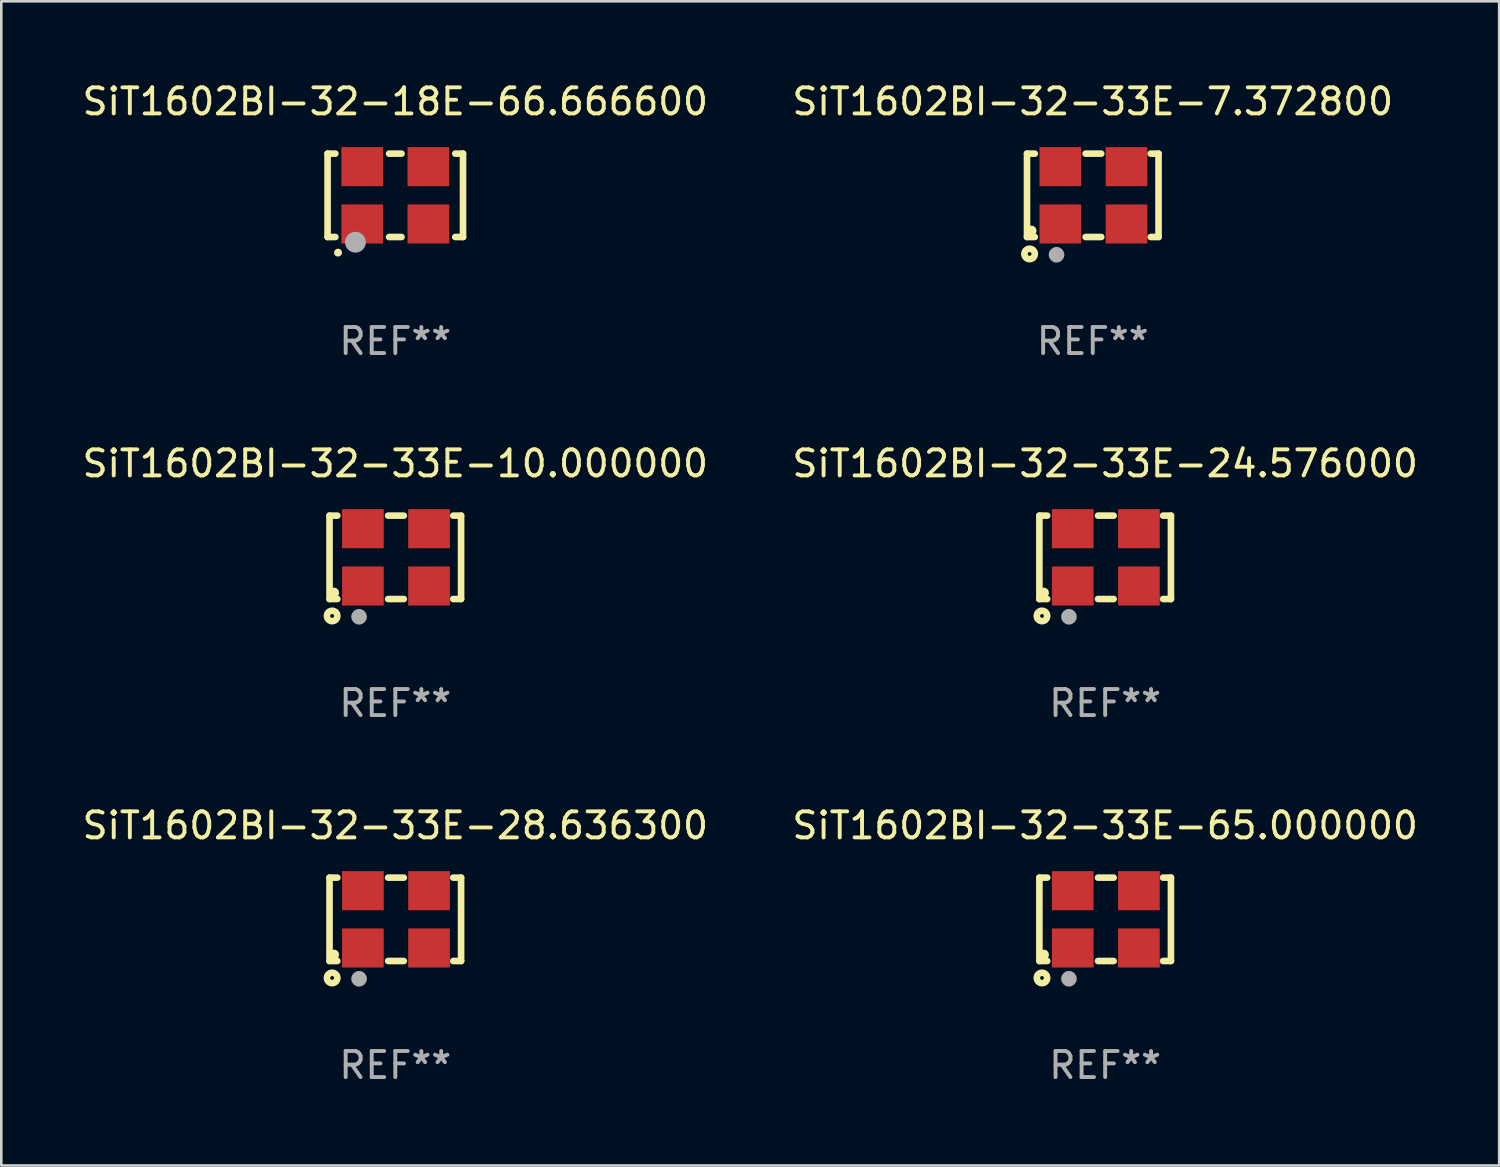
<source format=kicad_pcb>
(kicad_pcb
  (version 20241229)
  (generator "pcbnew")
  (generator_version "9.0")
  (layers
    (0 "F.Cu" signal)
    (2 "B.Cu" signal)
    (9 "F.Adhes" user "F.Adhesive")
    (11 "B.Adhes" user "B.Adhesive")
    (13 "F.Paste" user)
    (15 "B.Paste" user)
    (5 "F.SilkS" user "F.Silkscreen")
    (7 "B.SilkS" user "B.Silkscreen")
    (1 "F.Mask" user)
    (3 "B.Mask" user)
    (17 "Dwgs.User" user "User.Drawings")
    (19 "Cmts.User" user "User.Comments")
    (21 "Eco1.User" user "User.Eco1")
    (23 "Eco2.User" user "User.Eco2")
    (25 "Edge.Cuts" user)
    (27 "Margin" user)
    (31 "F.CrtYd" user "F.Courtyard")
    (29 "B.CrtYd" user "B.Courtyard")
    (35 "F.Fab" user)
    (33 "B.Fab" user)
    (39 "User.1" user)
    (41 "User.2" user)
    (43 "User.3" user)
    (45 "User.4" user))
  (footprint "SiT1602BI-32-33E-65.000000"
    (layer "F.Cu")
    (at 39.375 32.241)
    (property "Reference" "SiT1602BI-32-33E-65.000000" (at 0 -3.6 0) (layer "F.SilkS") (effects (font (size 1 1) (thickness 0.15))))
    (attr through_hole)
    (fp_line (start -2.525 -1.6) (end -2.225 -1.6) (stroke (width 0.254) (type solid)) (layer "F.SilkS"))
    (fp_line (start -2.525 1.6) (end -2.525 -1.6) (stroke (width 0.254) (type solid)) (layer "F.SilkS"))
    (fp_line (start -2.225 1.6) (end -2.525 1.6) (stroke (width 0.254) (type solid)) (layer "F.SilkS"))
    (fp_line (start -0.275 -1.6) (end 0.325 -1.6) (stroke (width 0.254) (type solid)) (layer "F.SilkS"))
    (fp_line (start -0.275 1.6) (end 0.325 1.6) (stroke (width 0.254) (type solid)) (layer "F.SilkS"))
    (fp_line (start 2.225 -1.6) (end 2.525 -1.6) (stroke (width 0.254) (type solid)) (layer "F.SilkS"))
    (fp_line (start 2.525 -1.6) (end 2.525 1.6) (stroke (width 0.254) (type solid)) (layer "F.SilkS"))
    (fp_line (start 2.525 1.6) (end 2.225 1.6) (stroke (width 0.254) (type solid)) (layer "F.SilkS"))
    (fp_circle (center -2.425 2.25) (end -2.225 2.25) (stroke (width 0.254) (type solid)) (fill no) (layer "F.SilkS"))
    (fp_circle (center -2.357 1.362) (end -2.257 1.362) (stroke (width 0.2) (type solid)) (fill no) (layer "F.SilkS"))
    (fp_circle (center -1.391 2.282) (end -1.241 2.282) (stroke (width 0.3) (type solid)) (fill no) (layer "F.Fab"))
    (fp_text user "REF**" (at 0 5.6 0) (layer "F.Fab") (effects (font (size 1 1) (thickness 0.15))))
    (pad "1" smd rect (at -1.245 1.1) (size 1.6 1.5) (layers "F.Cu" "F.Mask" "F.Paste"))
    (pad "2" smd rect (at 1.295 1.1) (size 1.6 1.5) (layers "F.Cu" "F.Mask" "F.Paste"))
    (pad "3" smd rect (at 1.295 -1.1 180) (size 1.6 1.5) (layers "F.Cu" "F.Mask" "F.Paste"))
    (pad "4" smd rect (at -1.245 -1.1) (size 1.6 1.5) (layers "F.Cu" "F.Mask" "F.Paste")))
  (footprint "SiT1602BI-32-33E-7.372800"
    (layer "F.Cu")
    (at 38.899 4.448)
    (property "Reference" "SiT1602BI-32-33E-7.372800" (at 0 -3.6 0) (layer "F.SilkS") (effects (font (size 1 1) (thickness 0.15))))
    (attr through_hole)
    (fp_line (start -2.525 -1.6) (end -2.225 -1.6) (stroke (width 0.254) (type solid)) (layer "F.SilkS"))
    (fp_line (start -2.525 1.6) (end -2.525 -1.6) (stroke (width 0.254) (type solid)) (layer "F.SilkS"))
    (fp_line (start -2.225 1.6) (end -2.525 1.6) (stroke (width 0.254) (type solid)) (layer "F.SilkS"))
    (fp_line (start -0.275 -1.6) (end 0.325 -1.6) (stroke (width 0.254) (type solid)) (layer "F.SilkS"))
    (fp_line (start -0.275 1.6) (end 0.325 1.6) (stroke (width 0.254) (type solid)) (layer "F.SilkS"))
    (fp_line (start 2.225 -1.6) (end 2.525 -1.6) (stroke (width 0.254) (type solid)) (layer "F.SilkS"))
    (fp_line (start 2.525 -1.6) (end 2.525 1.6) (stroke (width 0.254) (type solid)) (layer "F.SilkS"))
    (fp_line (start 2.525 1.6) (end 2.225 1.6) (stroke (width 0.254) (type solid)) (layer "F.SilkS"))
    (fp_circle (center -2.425 2.25) (end -2.225 2.25) (stroke (width 0.254) (type solid)) (fill no) (layer "F.SilkS"))
    (fp_circle (center -2.357 1.362) (end -2.257 1.362) (stroke (width 0.2) (type solid)) (fill no) (layer "F.SilkS"))
    (fp_circle (center -1.391 2.282) (end -1.241 2.282) (stroke (width 0.3) (type solid)) (fill no) (layer "F.Fab"))
    (fp_text user "REF**" (at 0 5.6 0) (layer "F.Fab") (effects (font (size 1 1) (thickness 0.15))))
    (pad "1" smd rect (at -1.245 1.1) (size 1.6 1.5) (layers "F.Cu" "F.Mask" "F.Paste"))
    (pad "2" smd rect (at 1.295 1.1) (size 1.6 1.5) (layers "F.Cu" "F.Mask" "F.Paste"))
    (pad "3" smd rect (at 1.295 -1.1 180) (size 1.6 1.5) (layers "F.Cu" "F.Mask" "F.Paste"))
    (pad "4" smd rect (at -1.245 -1.1) (size 1.6 1.5) (layers "F.Cu" "F.Mask" "F.Paste")))
  (footprint "SiT1602BI-32-33E-28.636300"
    (layer "F.Cu")
    (at 12.125 32.241)
    (property "Reference" "SiT1602BI-32-33E-28.636300" (at 0 -3.6 0) (layer "F.SilkS") (effects (font (size 1 1) (thickness 0.15))))
    (attr through_hole)
    (fp_line (start -2.525 -1.6) (end -2.225 -1.6) (stroke (width 0.254) (type solid)) (layer "F.SilkS"))
    (fp_line (start -2.525 1.6) (end -2.525 -1.6) (stroke (width 0.254) (type solid)) (layer "F.SilkS"))
    (fp_line (start -2.225 1.6) (end -2.525 1.6) (stroke (width 0.254) (type solid)) (layer "F.SilkS"))
    (fp_line (start -0.275 -1.6) (end 0.325 -1.6) (stroke (width 0.254) (type solid)) (layer "F.SilkS"))
    (fp_line (start -0.275 1.6) (end 0.325 1.6) (stroke (width 0.254) (type solid)) (layer "F.SilkS"))
    (fp_line (start 2.225 -1.6) (end 2.525 -1.6) (stroke (width 0.254) (type solid)) (layer "F.SilkS"))
    (fp_line (start 2.525 -1.6) (end 2.525 1.6) (stroke (width 0.254) (type solid)) (layer "F.SilkS"))
    (fp_line (start 2.525 1.6) (end 2.225 1.6) (stroke (width 0.254) (type solid)) (layer "F.SilkS"))
    (fp_circle (center -2.425 2.25) (end -2.225 2.25) (stroke (width 0.254) (type solid)) (fill no) (layer "F.SilkS"))
    (fp_circle (center -2.357 1.362) (end -2.257 1.362) (stroke (width 0.2) (type solid)) (fill no) (layer "F.SilkS"))
    (fp_circle (center -1.391 2.282) (end -1.241 2.282) (stroke (width 0.3) (type solid)) (fill no) (layer "F.Fab"))
    (fp_text user "REF**" (at 0 5.6 0) (layer "F.Fab") (effects (font (size 1 1) (thickness 0.15))))
    (pad "1" smd rect (at -1.245 1.1) (size 1.6 1.5) (layers "F.Cu" "F.Mask" "F.Paste"))
    (pad "2" smd rect (at 1.295 1.1) (size 1.6 1.5) (layers "F.Cu" "F.Mask" "F.Paste"))
    (pad "3" smd rect (at 1.295 -1.1 180) (size 1.6 1.5) (layers "F.Cu" "F.Mask" "F.Paste"))
    (pad "4" smd rect (at -1.245 -1.1) (size 1.6 1.5) (layers "F.Cu" "F.Mask" "F.Paste")))
  (footprint "SiT1602BI-32-18E-66.666600"
    (layer "F.Cu")
    (at 12.125 4.448)
    (property "Reference" "SiT1602BI-32-18E-66.666600" (at 0 -3.6 0) (layer "F.SilkS") (effects (font (size 1 1) (thickness 0.15))))
    (attr through_hole)
    (fp_line (start -2.6 -1.6) (end -2.301 -1.6) (stroke (width 0.254) (type solid)) (layer "F.SilkS"))
    (fp_line (start -2.6 1.6) (end -2.6 -1.6) (stroke (width 0.254) (type solid)) (layer "F.SilkS"))
    (fp_line (start -2.301 1.6) (end -2.6 1.6) (stroke (width 0.254) (type solid)) (layer "F.SilkS"))
    (fp_line (start -0.239 -1.6) (end 0.239 -1.6) (stroke (width 0.254) (type solid)) (layer "F.SilkS"))
    (fp_line (start 0.239 1.6) (end -0.239 1.6) (stroke (width 0.254) (type solid)) (layer "F.SilkS"))
    (fp_line (start 2.301 -1.6) (end 2.6 -1.6) (stroke (width 0.254) (type solid)) (layer "F.SilkS"))
    (fp_line (start 2.6 -1.6) (end 2.6 1.6) (stroke (width 0.254) (type solid)) (layer "F.SilkS"))
    (fp_line (start 2.6 1.6) (end 2.301 1.6) (stroke (width 0.254) (type solid)) (layer "F.SilkS"))
    (fp_arc (start -2.2 2.2) (mid -2.19873 2.199995) (end -2.19746 2.2) (stroke (width 0.3) (type solid)) (layer "F.SilkS"))
    (fp_circle (center -2.5 1.6) (end -2.45 1.6) (stroke (width 0.1) (type solid)) (fill no) (layer "F.SilkS"))
    (fp_circle (center -1.53 1.8) (end -1.33 1.8) (stroke (width 0.4) (type solid)) (fill no) (layer "F.Fab"))
    (fp_text user "REF**" (at 0 5.6 0) (layer "F.Fab") (effects (font (size 1 1) (thickness 0.15))))
    (pad "1" smd rect (at -1.27 1.1) (size 1.6 1.5) (layers "F.Cu" "F.Mask" "F.Paste"))
    (pad "2" smd rect (at 1.27 1.1) (size 1.6 1.5) (layers "F.Cu" "F.Mask" "F.Paste"))
    (pad "3" smd rect (at 1.27 -1.1) (size 1.6 1.5) (layers "F.Cu" "F.Mask" "F.Paste"))
    (pad "4" smd rect (at -1.27 -1.1) (size 1.6 1.5) (layers "F.Cu" "F.Mask" "F.Paste")))
  (footprint "SiT1602BI-32-33E-24.576000"
    (layer "F.Cu")
    (at 39.375 18.345)
    (property "Reference" "SiT1602BI-32-33E-24.576000" (at 0 -3.6 0) (layer "F.SilkS") (effects (font (size 1 1) (thickness 0.15))))
    (attr through_hole)
    (fp_line (start -2.525 -1.6) (end -2.225 -1.6) (stroke (width 0.254) (type solid)) (layer "F.SilkS"))
    (fp_line (start -2.525 1.6) (end -2.525 -1.6) (stroke (width 0.254) (type solid)) (layer "F.SilkS"))
    (fp_line (start -2.225 1.6) (end -2.525 1.6) (stroke (width 0.254) (type solid)) (layer "F.SilkS"))
    (fp_line (start -0.275 -1.6) (end 0.325 -1.6) (stroke (width 0.254) (type solid)) (layer "F.SilkS"))
    (fp_line (start -0.275 1.6) (end 0.325 1.6) (stroke (width 0.254) (type solid)) (layer "F.SilkS"))
    (fp_line (start 2.225 -1.6) (end 2.525 -1.6) (stroke (width 0.254) (type solid)) (layer "F.SilkS"))
    (fp_line (start 2.525 -1.6) (end 2.525 1.6) (stroke (width 0.254) (type solid)) (layer "F.SilkS"))
    (fp_line (start 2.525 1.6) (end 2.225 1.6) (stroke (width 0.254) (type solid)) (layer "F.SilkS"))
    (fp_circle (center -2.425 2.25) (end -2.225 2.25) (stroke (width 0.254) (type solid)) (fill no) (layer "F.SilkS"))
    (fp_circle (center -2.357 1.362) (end -2.257 1.362) (stroke (width 0.2) (type solid)) (fill no) (layer "F.SilkS"))
    (fp_circle (center -1.391 2.282) (end -1.241 2.282) (stroke (width 0.3) (type solid)) (fill no) (layer "F.Fab"))
    (fp_text user "REF**" (at 0 5.6 0) (layer "F.Fab") (effects (font (size 1 1) (thickness 0.15))))
    (pad "1" smd rect (at -1.245 1.1) (size 1.6 1.5) (layers "F.Cu" "F.Mask" "F.Paste"))
    (pad "2" smd rect (at 1.295 1.1) (size 1.6 1.5) (layers "F.Cu" "F.Mask" "F.Paste"))
    (pad "3" smd rect (at 1.295 -1.1 180) (size 1.6 1.5) (layers "F.Cu" "F.Mask" "F.Paste"))
    (pad "4" smd rect (at -1.245 -1.1) (size 1.6 1.5) (layers "F.Cu" "F.Mask" "F.Paste")))
  (footprint "SiT1602BI-32-33E-10.000000"
    (layer "F.Cu")
    (at 12.125 18.345)
    (property "Reference" "SiT1602BI-32-33E-10.000000" (at 0 -3.6 0) (layer "F.SilkS") (effects (font (size 1 1) (thickness 0.15))))
    (attr through_hole)
    (fp_line (start -2.525 -1.6) (end -2.225 -1.6) (stroke (width 0.254) (type solid)) (layer "F.SilkS"))
    (fp_line (start -2.525 1.6) (end -2.525 -1.6) (stroke (width 0.254) (type solid)) (layer "F.SilkS"))
    (fp_line (start -2.225 1.6) (end -2.525 1.6) (stroke (width 0.254) (type solid)) (layer "F.SilkS"))
    (fp_line (start -0.275 -1.6) (end 0.325 -1.6) (stroke (width 0.254) (type solid)) (layer "F.SilkS"))
    (fp_line (start -0.275 1.6) (end 0.325 1.6) (stroke (width 0.254) (type solid)) (layer "F.SilkS"))
    (fp_line (start 2.225 -1.6) (end 2.525 -1.6) (stroke (width 0.254) (type solid)) (layer "F.SilkS"))
    (fp_line (start 2.525 -1.6) (end 2.525 1.6) (stroke (width 0.254) (type solid)) (layer "F.SilkS"))
    (fp_line (start 2.525 1.6) (end 2.225 1.6) (stroke (width 0.254) (type solid)) (layer "F.SilkS"))
    (fp_circle (center -2.425 2.25) (end -2.225 2.25) (stroke (width 0.254) (type solid)) (fill no) (layer "F.SilkS"))
    (fp_circle (center -2.357 1.362) (end -2.257 1.362) (stroke (width 0.2) (type solid)) (fill no) (layer "F.SilkS"))
    (fp_circle (center -1.391 2.282) (end -1.241 2.282) (stroke (width 0.3) (type solid)) (fill no) (layer "F.Fab"))
    (fp_text user "REF**" (at 0 5.6 0) (layer "F.Fab") (effects (font (size 1 1) (thickness 0.15))))
    (pad "1" smd rect (at -1.245 1.1) (size 1.6 1.5) (layers "F.Cu" "F.Mask" "F.Paste"))
    (pad "2" smd rect (at 1.295 1.1) (size 1.6 1.5) (layers "F.Cu" "F.Mask" "F.Paste"))
    (pad "3" smd rect (at 1.295 -1.1 180) (size 1.6 1.5) (layers "F.Cu" "F.Mask" "F.Paste"))
    (pad "4" smd rect (at -1.245 -1.1) (size 1.6 1.5) (layers "F.Cu" "F.Mask" "F.Paste")))
  (gr_rect
    (start -3 -3)
    (end 54.5 41.69)
    (stroke (width 0.1) (type default))
    (fill no)
    (layer "Edge.Cuts")))
</source>
